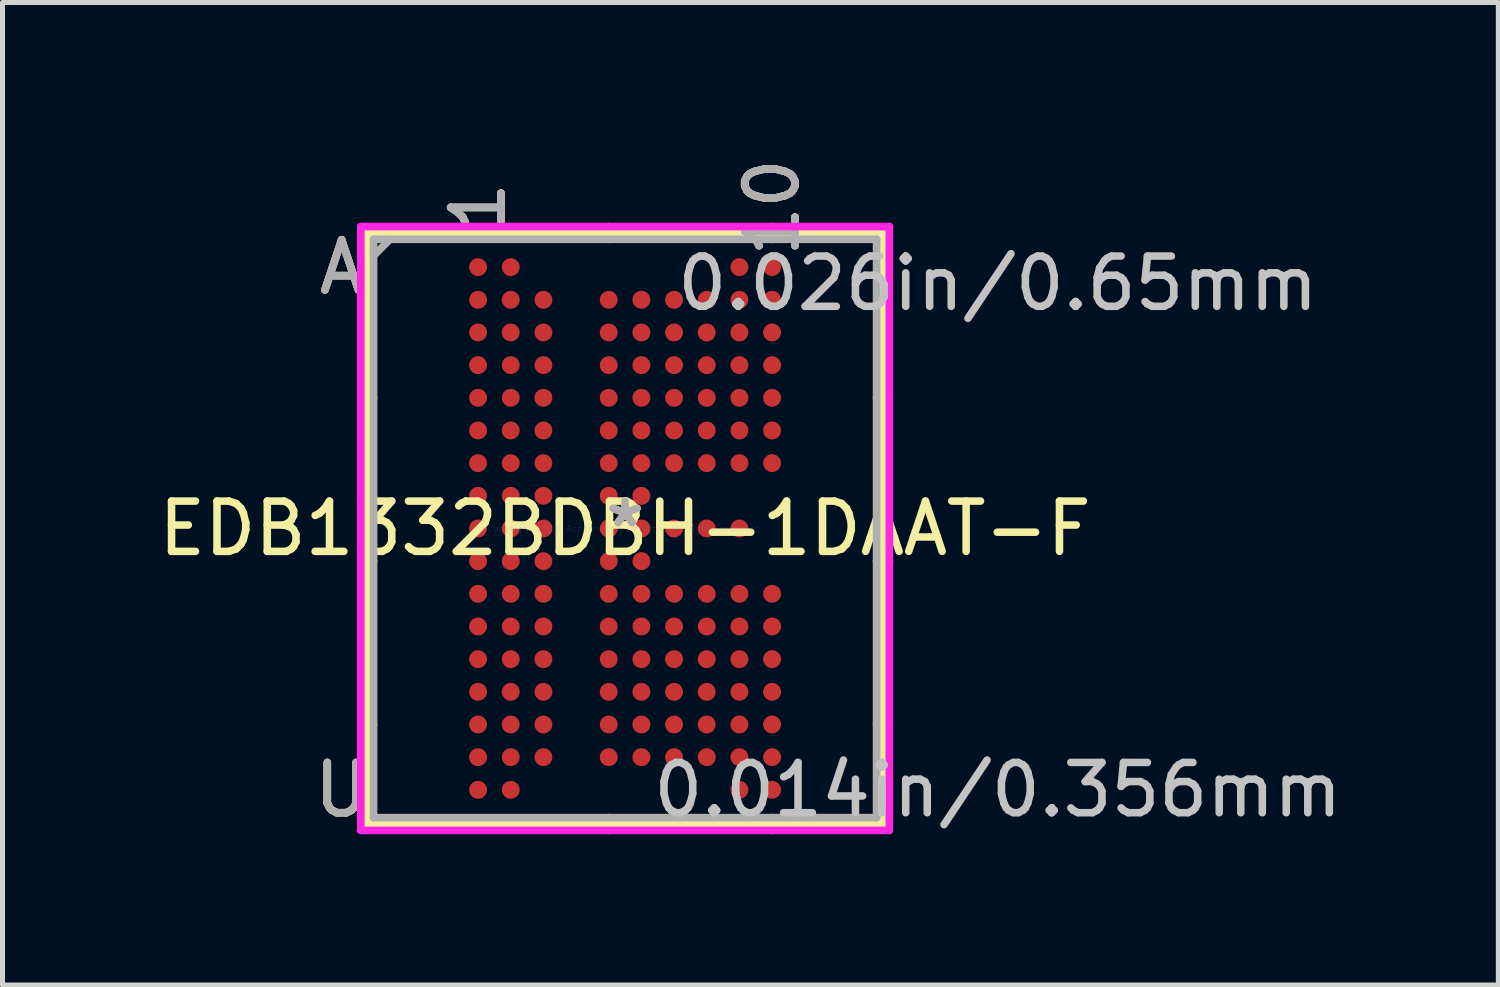
<source format=kicad_pcb>
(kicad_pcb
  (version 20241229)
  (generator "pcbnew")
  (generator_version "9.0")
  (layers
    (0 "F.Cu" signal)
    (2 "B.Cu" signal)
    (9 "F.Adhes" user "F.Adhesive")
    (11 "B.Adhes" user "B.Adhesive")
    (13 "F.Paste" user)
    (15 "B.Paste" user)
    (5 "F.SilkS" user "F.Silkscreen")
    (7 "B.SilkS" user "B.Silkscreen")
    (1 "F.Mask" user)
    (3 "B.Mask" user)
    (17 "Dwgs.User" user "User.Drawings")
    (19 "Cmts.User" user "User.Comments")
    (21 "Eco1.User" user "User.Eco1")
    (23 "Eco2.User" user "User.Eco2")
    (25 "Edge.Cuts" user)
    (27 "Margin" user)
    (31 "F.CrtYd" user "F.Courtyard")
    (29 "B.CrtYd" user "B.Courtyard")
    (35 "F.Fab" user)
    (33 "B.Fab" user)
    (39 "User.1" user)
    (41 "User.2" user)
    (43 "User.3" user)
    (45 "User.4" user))
  (footprint "EDB1332BDBH-1DAAT-F"
    (layer "F.Cu")
    (at 9.387 7.465)
    (property "Reference" "EDB1332BDBH-1DAAT-F" (at 0 0 0) (layer "F.SilkS") (effects (font (size 1 1) (thickness 0.15))))
    (attr through_hole)
    (fp_line (start -5.131 -5.88) (end -5.131 5.88) (stroke (width 0.152) (type solid)) (layer "F.SilkS"))
    (fp_line (start -5.131 5.88) (end 5.131 5.88) (stroke (width 0.152) (type solid)) (layer "F.SilkS"))
    (fp_line (start -5.004 -2.6) (end -5.258 -2.6) (stroke (width 0.152) (type solid)) (layer "F.SilkS"))
    (fp_line (start -5.004 0.65) (end -5.258 0.65) (stroke (width 0.152) (type solid)) (layer "F.SilkS"))
    (fp_line (start -5.004 3.9) (end -5.258 3.9) (stroke (width 0.152) (type solid)) (layer "F.SilkS"))
    (fp_line (start -0.325 -5.753) (end -0.325 -6.007) (stroke (width 0.152) (type solid)) (layer "F.SilkS"))
    (fp_line (start -0.325 5.753) (end -0.325 6.007) (stroke (width 0.152) (type solid)) (layer "F.SilkS"))
    (fp_line (start 2.925 -5.753) (end 2.925 -6.007) (stroke (width 0.152) (type solid)) (layer "F.SilkS"))
    (fp_line (start 2.925 5.753) (end 2.925 6.007) (stroke (width 0.152) (type solid)) (layer "F.SilkS"))
    (fp_line (start 5.004 -2.6) (end 5.258 -2.6) (stroke (width 0.152) (type solid)) (layer "F.SilkS"))
    (fp_line (start 5.004 0.65) (end 5.258 0.65) (stroke (width 0.152) (type solid)) (layer "F.SilkS"))
    (fp_line (start 5.004 3.9) (end 5.258 3.9) (stroke (width 0.152) (type solid)) (layer "F.SilkS"))
    (fp_line (start 5.131 -5.88) (end -5.131 -5.88) (stroke (width 0.152) (type solid)) (layer "F.SilkS"))
    (fp_line (start 5.131 5.88) (end 5.131 -5.88) (stroke (width 0.152) (type solid)) (layer "F.SilkS"))
    (fp_line (start -5.258 -6.007) (end 5.258 -6.007) (stroke (width 0.152) (type solid)) (layer "F.CrtYd"))
    (fp_line (start -5.258 6.007) (end -5.258 -6.007) (stroke (width 0.152) (type solid)) (layer "F.CrtYd"))
    (fp_line (start 5.258 -6.007) (end 5.258 6.007) (stroke (width 0.152) (type solid)) (layer "F.CrtYd"))
    (fp_line (start 5.258 6.007) (end -5.258 6.007) (stroke (width 0.152) (type solid)) (layer "F.CrtYd"))
    (fp_line (start -5.004 -5.753) (end -5.004 5.753) (stroke (width 0.152) (type solid)) (layer "F.Fab"))
    (fp_line (start -5.004 5.753) (end 5.004 5.753) (stroke (width 0.152) (type solid)) (layer "F.Fab"))
    (fp_line (start -4.679 -5.753) (end -5.004 -5.428) (stroke (width 0.152) (type solid)) (layer "F.Fab"))
    (fp_line (start 5.004 -5.753) (end -5.004 -5.753) (stroke (width 0.152) (type solid)) (layer "F.Fab"))
    (fp_line (start 5.004 5.753) (end 5.004 -5.753) (stroke (width 0.152) (type solid)) (layer "F.Fab"))
    (fp_text user "*" (at 0 0 0) (layer "F.SilkS") (effects (font (size 1 1) (thickness 0.15))))
    (fp_text user "10" (at 2.925 -6.388 90) (layer "F.SilkS") (effects (font (size 1 1) (thickness 0.15))))
    (fp_text user "U" (at -5.639 5.2 0) (layer "F.SilkS") (effects (font (size 1 1) (thickness 0.15))))
    (fp_text user "1" (at -2.925 -6.388 90) (layer "F.SilkS") (effects (font (size 1 1) (thickness 0.15))))
    (fp_text user "A" (at -5.639 -5.2 0) (layer "F.SilkS") (effects (font (size 1 1) (thickness 0.15))))
    (fp_text user "1" (at -2.925 -6.388 90) (layer "B.SilkS") (effects (font (size 1 1) (thickness 0.15))))
    (fp_text user "U" (at -5.639 5.2 0) (layer "B.SilkS") (effects (font (size 1 1) (thickness 0.15))))
    (fp_text user "A" (at -5.639 -5.2 0) (layer "B.SilkS") (effects (font (size 1 1) (thickness 0.15))))
    (fp_text user "10" (at 2.925 -6.388 90) (layer "B.SilkS") (effects (font (size 1 1) (thickness 0.15))))
    (fp_text user "0.026in/0.65mm" (at 7.417 -4.875 0) (layer "Dwgs.User") (effects (font (size 1 1) (thickness 0.15))))
    (fp_text user "0.014in/0.356mm" (at 7.417 5.2 0) (layer "Dwgs.User") (effects (font (size 1 1) (thickness 0.15))))
    (fp_text user "Copyright 2016 Accelerated Designs. All rights reserved." (at 0 0 0) (layer "Cmts.User") (effects (font (size 0.127 0.127) (thickness 0.002))))
    (fp_text user "A" (at -5.639 -5.2 0) (layer "F.Fab") (effects (font (size 1 1) (thickness 0.15))))
    (fp_text user "10" (at 2.925 -6.388 90) (layer "F.Fab") (effects (font (size 1 1) (thickness 0.15))))
    (fp_text user "*" (at 0 0 0) (layer "F.Fab") (effects (font (size 1 1) (thickness 0.15))))
    (fp_text user "1" (at -2.925 -6.388 90) (layer "F.Fab") (effects (font (size 1 1) (thickness 0.15))))
    (fp_text user "U" (at -5.639 5.2 0) (layer "F.Fab") (effects (font (size 1 1) (thickness 0.15))))
    (pad "A1" smd circle (at -2.925 -5.2) (size 0.356 0.356) (layers "F.Cu" "F.Mask" "F.Paste"))
    (pad "A2" smd circle (at -2.275 -5.2) (size 0.356 0.356) (layers "F.Cu" "F.Mask" "F.Paste"))
    (pad "A9" smd circle (at 2.275 -5.2) (size 0.356 0.356) (layers "F.Cu" "F.Mask" "F.Paste"))
    (pad "A10" smd circle (at 2.925 -5.2) (size 0.356 0.356) (layers "F.Cu" "F.Mask" "F.Paste"))
    (pad "B1" smd circle (at -2.925 -4.55) (size 0.356 0.356) (layers "F.Cu" "F.Mask" "F.Paste"))
    (pad "B2" smd circle (at -2.275 -4.55) (size 0.356 0.356) (layers "F.Cu" "F.Mask" "F.Paste"))
    (pad "B3" smd circle (at -1.625 -4.55) (size 0.356 0.356) (layers "F.Cu" "F.Mask" "F.Paste"))
    (pad "B5" smd circle (at -0.325 -4.55) (size 0.356 0.356) (layers "F.Cu" "F.Mask" "F.Paste"))
    (pad "B6" smd circle (at 0.325 -4.55) (size 0.356 0.356) (layers "F.Cu" "F.Mask" "F.Paste"))
    (pad "B7" smd circle (at 0.975 -4.55) (size 0.356 0.356) (layers "F.Cu" "F.Mask" "F.Paste"))
    (pad "B8" smd circle (at 1.625 -4.55) (size 0.356 0.356) (layers "F.Cu" "F.Mask" "F.Paste"))
    (pad "B9" smd circle (at 2.275 -4.55) (size 0.356 0.356) (layers "F.Cu" "F.Mask" "F.Paste"))
    (pad "B10" smd circle (at 2.925 -4.55) (size 0.356 0.356) (layers "F.Cu" "F.Mask" "F.Paste"))
    (pad "C1" smd circle (at -2.925 -3.9) (size 0.356 0.356) (layers "F.Cu" "F.Mask" "F.Paste"))
    (pad "C2" smd circle (at -2.275 -3.9) (size 0.356 0.356) (layers "F.Cu" "F.Mask" "F.Paste"))
    (pad "C3" smd circle (at -1.625 -3.9) (size 0.356 0.356) (layers "F.Cu" "F.Mask" "F.Paste"))
    (pad "C5" smd circle (at -0.325 -3.9) (size 0.356 0.356) (layers "F.Cu" "F.Mask" "F.Paste"))
    (pad "C6" smd circle (at 0.325 -3.9) (size 0.356 0.356) (layers "F.Cu" "F.Mask" "F.Paste"))
    (pad "C7" smd circle (at 0.975 -3.9) (size 0.356 0.356) (layers "F.Cu" "F.Mask" "F.Paste"))
    (pad "C8" smd circle (at 1.625 -3.9) (size 0.356 0.356) (layers "F.Cu" "F.Mask" "F.Paste"))
    (pad "C9" smd circle (at 2.275 -3.9) (size 0.356 0.356) (layers "F.Cu" "F.Mask" "F.Paste"))
    (pad "C10" smd circle (at 2.925 -3.9) (size 0.356 0.356) (layers "F.Cu" "F.Mask" "F.Paste"))
    (pad "D1" smd circle (at -2.925 -3.25) (size 0.356 0.356) (layers "F.Cu" "F.Mask" "F.Paste"))
    (pad "D2" smd circle (at -2.275 -3.25) (size 0.356 0.356) (layers "F.Cu" "F.Mask" "F.Paste"))
    (pad "D3" smd circle (at -1.625 -3.25) (size 0.356 0.356) (layers "F.Cu" "F.Mask" "F.Paste"))
    (pad "D5" smd circle (at -0.325 -3.25) (size 0.356 0.356) (layers "F.Cu" "F.Mask" "F.Paste"))
    (pad "D6" smd circle (at 0.325 -3.25) (size 0.356 0.356) (layers "F.Cu" "F.Mask" "F.Paste"))
    (pad "D7" smd circle (at 0.975 -3.25) (size 0.356 0.356) (layers "F.Cu" "F.Mask" "F.Paste"))
    (pad "D8" smd circle (at 1.625 -3.25) (size 0.356 0.356) (layers "F.Cu" "F.Mask" "F.Paste"))
    (pad "D9" smd circle (at 2.275 -3.25) (size 0.356 0.356) (layers "F.Cu" "F.Mask" "F.Paste"))
    (pad "D10" smd circle (at 2.925 -3.25) (size 0.356 0.356) (layers "F.Cu" "F.Mask" "F.Paste"))
    (pad "E1" smd circle (at -2.925 -2.6) (size 0.356 0.356) (layers "F.Cu" "F.Mask" "F.Paste"))
    (pad "E2" smd circle (at -2.275 -2.6) (size 0.356 0.356) (layers "F.Cu" "F.Mask" "F.Paste"))
    (pad "E3" smd circle (at -1.625 -2.6) (size 0.356 0.356) (layers "F.Cu" "F.Mask" "F.Paste"))
    (pad "E5" smd circle (at -0.325 -2.6) (size 0.356 0.356) (layers "F.Cu" "F.Mask" "F.Paste"))
    (pad "E6" smd circle (at 0.325 -2.6) (size 0.356 0.356) (layers "F.Cu" "F.Mask" "F.Paste"))
    (pad "E7" smd circle (at 0.975 -2.6) (size 0.356 0.356) (layers "F.Cu" "F.Mask" "F.Paste"))
    (pad "E8" smd circle (at 1.625 -2.6) (size 0.356 0.356) (layers "F.Cu" "F.Mask" "F.Paste"))
    (pad "E9" smd circle (at 2.275 -2.6) (size 0.356 0.356) (layers "F.Cu" "F.Mask" "F.Paste"))
    (pad "E10" smd circle (at 2.925 -2.6) (size 0.356 0.356) (layers "F.Cu" "F.Mask" "F.Paste"))
    (pad "F1" smd circle (at -2.925 -1.95) (size 0.356 0.356) (layers "F.Cu" "F.Mask" "F.Paste"))
    (pad "F2" smd circle (at -2.275 -1.95) (size 0.356 0.356) (layers "F.Cu" "F.Mask" "F.Paste"))
    (pad "F3" smd circle (at -1.625 -1.95) (size 0.356 0.356) (layers "F.Cu" "F.Mask" "F.Paste"))
    (pad "F5" smd circle (at -0.325 -1.95) (size 0.356 0.356) (layers "F.Cu" "F.Mask" "F.Paste"))
    (pad "F6" smd circle (at 0.325 -1.95) (size 0.356 0.356) (layers "F.Cu" "F.Mask" "F.Paste"))
    (pad "F7" smd circle (at 0.975 -1.95) (size 0.356 0.356) (layers "F.Cu" "F.Mask" "F.Paste"))
    (pad "F8" smd circle (at 1.625 -1.95) (size 0.356 0.356) (layers "F.Cu" "F.Mask" "F.Paste"))
    (pad "F9" smd circle (at 2.275 -1.95) (size 0.356 0.356) (layers "F.Cu" "F.Mask" "F.Paste"))
    (pad "F10" smd circle (at 2.925 -1.95) (size 0.356 0.356) (layers "F.Cu" "F.Mask" "F.Paste"))
    (pad "G1" smd circle (at -2.925 -1.3) (size 0.356 0.356) (layers "F.Cu" "F.Mask" "F.Paste"))
    (pad "G2" smd circle (at -2.275 -1.3) (size 0.356 0.356) (layers "F.Cu" "F.Mask" "F.Paste"))
    (pad "G3" smd circle (at -1.625 -1.3) (size 0.356 0.356) (layers "F.Cu" "F.Mask" "F.Paste"))
    (pad "G5" smd circle (at -0.325 -1.3) (size 0.356 0.356) (layers "F.Cu" "F.Mask" "F.Paste"))
    (pad "G6" smd circle (at 0.325 -1.3) (size 0.356 0.356) (layers "F.Cu" "F.Mask" "F.Paste"))
    (pad "G7" smd circle (at 0.975 -1.3) (size 0.356 0.356) (layers "F.Cu" "F.Mask" "F.Paste"))
    (pad "G8" smd circle (at 1.625 -1.3) (size 0.356 0.356) (layers "F.Cu" "F.Mask" "F.Paste"))
    (pad "G9" smd circle (at 2.275 -1.3) (size 0.356 0.356) (layers "F.Cu" "F.Mask" "F.Paste"))
    (pad "G10" smd circle (at 2.925 -1.3) (size 0.356 0.356) (layers "F.Cu" "F.Mask" "F.Paste"))
    (pad "H1" smd circle (at -2.925 -0.65) (size 0.356 0.356) (layers "F.Cu" "F.Mask" "F.Paste"))
    (pad "H2" smd circle (at -2.275 -0.65) (size 0.356 0.356) (layers "F.Cu" "F.Mask" "F.Paste"))
    (pad "H3" smd circle (at -1.625 -0.65) (size 0.356 0.356) (layers "F.Cu" "F.Mask" "F.Paste"))
    (pad "H5" smd circle (at -0.325 -0.65) (size 0.356 0.356) (layers "F.Cu" "F.Mask" "F.Paste"))
    (pad "H6" smd circle (at 0.325 -0.65) (size 0.356 0.356) (layers "F.Cu" "F.Mask" "F.Paste"))
    (pad "J1" smd circle (at -2.925 0) (size 0.356 0.356) (layers "F.Cu" "F.Mask" "F.Paste"))
    (pad "J2" smd circle (at -2.275 0) (size 0.356 0.356) (layers "F.Cu" "F.Mask" "F.Paste"))
    (pad "J3" smd circle (at -1.625 0) (size 0.356 0.356) (layers "F.Cu" "F.Mask" "F.Paste"))
    (pad "J5" smd circle (at -0.325 0) (size 0.356 0.356) (layers "F.Cu" "F.Mask" "F.Paste"))
    (pad "J6" smd circle (at 0.325 0) (size 0.356 0.356) (layers "F.Cu" "F.Mask" "F.Paste"))
    (pad "J7" smd circle (at 0.975 0) (size 0.356 0.356) (layers "F.Cu" "F.Mask" "F.Paste"))
    (pad "J8" smd circle (at 1.625 0) (size 0.356 0.356) (layers "F.Cu" "F.Mask" "F.Paste"))
    (pad "J9" smd circle (at 2.275 0) (size 0.356 0.356) (layers "F.Cu" "F.Mask" "F.Paste"))
    (pad "K1" smd circle (at -2.925 0.65) (size 0.356 0.356) (layers "F.Cu" "F.Mask" "F.Paste"))
    (pad "K2" smd circle (at -2.275 0.65) (size 0.356 0.356) (layers "F.Cu" "F.Mask" "F.Paste"))
    (pad "K3" smd circle (at -1.625 0.65) (size 0.356 0.356) (layers "F.Cu" "F.Mask" "F.Paste"))
    (pad "K5" smd circle (at -0.325 0.65) (size 0.356 0.356) (layers "F.Cu" "F.Mask" "F.Paste"))
    (pad "K6" smd circle (at 0.325 0.65) (size 0.356 0.356) (layers "F.Cu" "F.Mask" "F.Paste"))
    (pad "L1" smd circle (at -2.925 1.3) (size 0.356 0.356) (layers "F.Cu" "F.Mask" "F.Paste"))
    (pad "L2" smd circle (at -2.275 1.3) (size 0.356 0.356) (layers "F.Cu" "F.Mask" "F.Paste"))
    (pad "L3" smd circle (at -1.625 1.3) (size 0.356 0.356) (layers "F.Cu" "F.Mask" "F.Paste"))
    (pad "L5" smd circle (at -0.325 1.3) (size 0.356 0.356) (layers "F.Cu" "F.Mask" "F.Paste"))
    (pad "L6" smd circle (at 0.325 1.3) (size 0.356 0.356) (layers "F.Cu" "F.Mask" "F.Paste"))
    (pad "L7" smd circle (at 0.975 1.3) (size 0.356 0.356) (layers "F.Cu" "F.Mask" "F.Paste"))
    (pad "L8" smd circle (at 1.625 1.3) (size 0.356 0.356) (layers "F.Cu" "F.Mask" "F.Paste"))
    (pad "L9" smd circle (at 2.275 1.3) (size 0.356 0.356) (layers "F.Cu" "F.Mask" "F.Paste"))
    (pad "L10" smd circle (at 2.925 1.3) (size 0.356 0.356) (layers "F.Cu" "F.Mask" "F.Paste"))
    (pad "M1" smd circle (at -2.925 1.95) (size 0.356 0.356) (layers "F.Cu" "F.Mask" "F.Paste"))
    (pad "M2" smd circle (at -2.275 1.95) (size 0.356 0.356) (layers "F.Cu" "F.Mask" "F.Paste"))
    (pad "M3" smd circle (at -1.625 1.95) (size 0.356 0.356) (layers "F.Cu" "F.Mask" "F.Paste"))
    (pad "M5" smd circle (at -0.325 1.95) (size 0.356 0.356) (layers "F.Cu" "F.Mask" "F.Paste"))
    (pad "M6" smd circle (at 0.325 1.95) (size 0.356 0.356) (layers "F.Cu" "F.Mask" "F.Paste"))
    (pad "M7" smd circle (at 0.975 1.95) (size 0.356 0.356) (layers "F.Cu" "F.Mask" "F.Paste"))
    (pad "M8" smd circle (at 1.625 1.95) (size 0.356 0.356) (layers "F.Cu" "F.Mask" "F.Paste"))
    (pad "M9" smd circle (at 2.275 1.95) (size 0.356 0.356) (layers "F.Cu" "F.Mask" "F.Paste"))
    (pad "M10" smd circle (at 2.925 1.95) (size 0.356 0.356) (layers "F.Cu" "F.Mask" "F.Paste"))
    (pad "N1" smd circle (at -2.925 2.6) (size 0.356 0.356) (layers "F.Cu" "F.Mask" "F.Paste"))
    (pad "N2" smd circle (at -2.275 2.6) (size 0.356 0.356) (layers "F.Cu" "F.Mask" "F.Paste"))
    (pad "N3" smd circle (at -1.625 2.6) (size 0.356 0.356) (layers "F.Cu" "F.Mask" "F.Paste"))
    (pad "N5" smd circle (at -0.325 2.6) (size 0.356 0.356) (layers "F.Cu" "F.Mask" "F.Paste"))
    (pad "N6" smd circle (at 0.325 2.6) (size 0.356 0.356) (layers "F.Cu" "F.Mask" "F.Paste"))
    (pad "N7" smd circle (at 0.975 2.6) (size 0.356 0.356) (layers "F.Cu" "F.Mask" "F.Paste"))
    (pad "N8" smd circle (at 1.625 2.6) (size 0.356 0.356) (layers "F.Cu" "F.Mask" "F.Paste"))
    (pad "N9" smd circle (at 2.275 2.6) (size 0.356 0.356) (layers "F.Cu" "F.Mask" "F.Paste"))
    (pad "N10" smd circle (at 2.925 2.6) (size 0.356 0.356) (layers "F.Cu" "F.Mask" "F.Paste"))
    (pad "P1" smd circle (at -2.925 3.25) (size 0.356 0.356) (layers "F.Cu" "F.Mask" "F.Paste"))
    (pad "P2" smd circle (at -2.275 3.25) (size 0.356 0.356) (layers "F.Cu" "F.Mask" "F.Paste"))
    (pad "P3" smd circle (at -1.625 3.25) (size 0.356 0.356) (layers "F.Cu" "F.Mask" "F.Paste"))
    (pad "P5" smd circle (at -0.325 3.25) (size 0.356 0.356) (layers "F.Cu" "F.Mask" "F.Paste"))
    (pad "P6" smd circle (at 0.325 3.25) (size 0.356 0.356) (layers "F.Cu" "F.Mask" "F.Paste"))
    (pad "P7" smd circle (at 0.975 3.25) (size 0.356 0.356) (layers "F.Cu" "F.Mask" "F.Paste"))
    (pad "P8" smd circle (at 1.625 3.25) (size 0.356 0.356) (layers "F.Cu" "F.Mask" "F.Paste"))
    (pad "P9" smd circle (at 2.275 3.25) (size 0.356 0.356) (layers "F.Cu" "F.Mask" "F.Paste"))
    (pad "P10" smd circle (at 2.925 3.25) (size 0.356 0.356) (layers "F.Cu" "F.Mask" "F.Paste"))
    (pad "R1" smd circle (at -2.925 3.9) (size 0.356 0.356) (layers "F.Cu" "F.Mask" "F.Paste"))
    (pad "R2" smd circle (at -2.275 3.9) (size 0.356 0.356) (layers "F.Cu" "F.Mask" "F.Paste"))
    (pad "R3" smd circle (at -1.625 3.9) (size 0.356 0.356) (layers "F.Cu" "F.Mask" "F.Paste"))
    (pad "R5" smd circle (at -0.325 3.9) (size 0.356 0.356) (layers "F.Cu" "F.Mask" "F.Paste"))
    (pad "R6" smd circle (at 0.325 3.9) (size 0.356 0.356) (layers "F.Cu" "F.Mask" "F.Paste"))
    (pad "R7" smd circle (at 0.975 3.9) (size 0.356 0.356) (layers "F.Cu" "F.Mask" "F.Paste"))
    (pad "R8" smd circle (at 1.625 3.9) (size 0.356 0.356) (layers "F.Cu" "F.Mask" "F.Paste"))
    (pad "R9" smd circle (at 2.275 3.9) (size 0.356 0.356) (layers "F.Cu" "F.Mask" "F.Paste"))
    (pad "R10" smd circle (at 2.925 3.9) (size 0.356 0.356) (layers "F.Cu" "F.Mask" "F.Paste"))
    (pad "T1" smd circle (at -2.925 4.55) (size 0.356 0.356) (layers "F.Cu" "F.Mask" "F.Paste"))
    (pad "T2" smd circle (at -2.275 4.55) (size 0.356 0.356) (layers "F.Cu" "F.Mask" "F.Paste"))
    (pad "T3" smd circle (at -1.625 4.55) (size 0.356 0.356) (layers "F.Cu" "F.Mask" "F.Paste"))
    (pad "T5" smd circle (at -0.325 4.55) (size 0.356 0.356) (layers "F.Cu" "F.Mask" "F.Paste"))
    (pad "T6" smd circle (at 0.325 4.55) (size 0.356 0.356) (layers "F.Cu" "F.Mask" "F.Paste"))
    (pad "T7" smd circle (at 0.975 4.55) (size 0.356 0.356) (layers "F.Cu" "F.Mask" "F.Paste"))
    (pad "T8" smd circle (at 1.625 4.55) (size 0.356 0.356) (layers "F.Cu" "F.Mask" "F.Paste"))
    (pad "T9" smd circle (at 2.275 4.55) (size 0.356 0.356) (layers "F.Cu" "F.Mask" "F.Paste"))
    (pad "T10" smd circle (at 2.925 4.55) (size 0.356 0.356) (layers "F.Cu" "F.Mask" "F.Paste"))
    (pad "U1" smd circle (at -2.925 5.2) (size 0.356 0.356) (layers "F.Cu" "F.Mask" "F.Paste"))
    (pad "U2" smd circle (at -2.275 5.2) (size 0.356 0.356) (layers "F.Cu" "F.Mask" "F.Paste"))
    (pad "U9" smd circle (at 2.275 5.2) (size 0.356 0.356) (layers "F.Cu" "F.Mask" "F.Paste"))
    (pad "U10" smd circle (at 2.925 5.2) (size 0.356 0.356) (layers "F.Cu" "F.Mask" "F.Paste")))
  (gr_rect
    (start -3 -3)
    (end 26.762 16.549)
    (stroke (width 0.1) (type default))
    (fill no)
    (layer "Edge.Cuts")))
</source>
